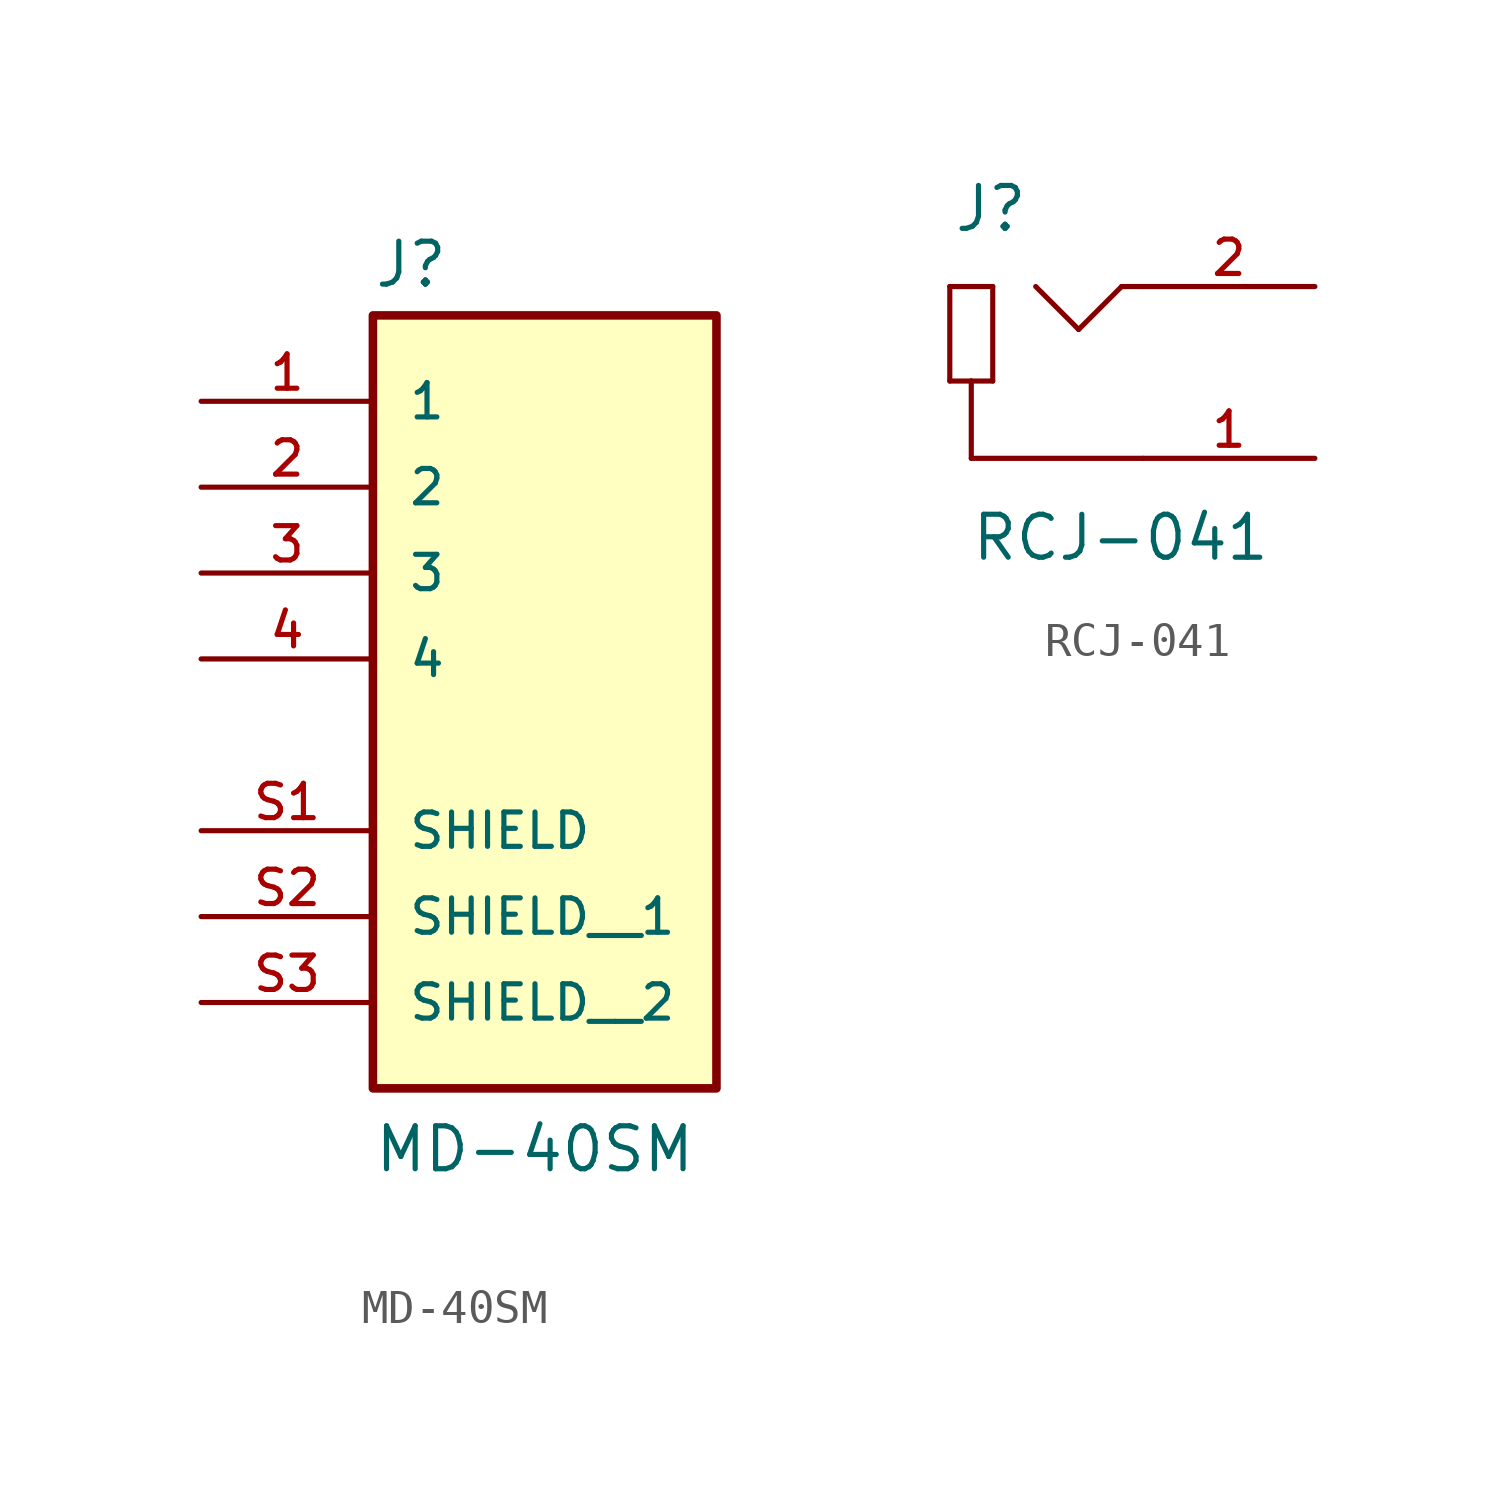
<source format=kicad_sym>
(kicad_symbol_lib
  (version 20241209)
  (generator "kicad_symbol_editor")
  (generator_version "9.0")
  (symbol "MD-40SM"
    (pin_names
      (offset 1.016))
    (property "Reference" "J"
      (at -5.08 8.382 0)
      (effects (font (size 1.27 1.27)) (justify left bottom)))
    (property "Value" "MD-40SM"
      (at -5.08 -17.78 0)
      (effects (font (size 1.27 1.27)) (justify left bottom)))
    (symbol "MD-40SM_0_0"
      (rectangle (start -5.08 -15.24) (end 5.08 7.62) (stroke (width 0.254) (type default)) (fill (type background)))
      (pin passive line (at -10.16 5.08 0) (length 5.08) (name "1" (effects (font (size 1.016 1.016)))) (number "1" (effects (font (size 1.016 1.016)))))
      (pin passive line (at -10.16 2.54 0) (length 5.08) (name "2" (effects (font (size 1.016 1.016)))) (number "2" (effects (font (size 1.016 1.016)))))
      (pin passive line (at -10.16 0 0) (length 5.08) (name "3" (effects (font (size 1.016 1.016)))) (number "3" (effects (font (size 1.016 1.016)))))
      (pin passive line (at -10.16 -2.54 0) (length 5.08) (name "4" (effects (font (size 1.016 1.016)))) (number "4" (effects (font (size 1.016 1.016)))))
      (pin passive line (at -10.16 -7.62 0) (length 5.08) (name "SHIELD" (effects (font (size 1.016 1.016)))) (number "S1" (effects (font (size 1.016 1.016)))))
      (pin passive line (at -10.16 -10.16 0) (length 5.08) (name "SHIELD__1" (effects (font (size 1.016 1.016)))) (number "S2" (effects (font (size 1.016 1.016)))))
      (pin passive line (at -10.16 -12.7 0) (length 5.08) (name "SHIELD__2" (effects (font (size 1.016 1.016)))) (number "S3" (effects (font (size 1.016 1.016)))))))
  (symbol "RCJ-041"
    (pin_names
      (offset 1.016))
    (property "Reference" "J"
      (at -5.632 4.096 0)
      (effects (font (size 1.27 1.27)) (justify left bottom)))
    (property "Value" "RCJ-041"
      (at -5.117 -5.627 0)
      (effects (font (size 1.27 1.27)) (justify left bottom)))
    (symbol "RCJ-041_0_0"
      (polyline (pts (xy -5.715 2.54) (xy -5.715 -0.254)) (stroke (width 0.152) (type default)) (fill (type none)))
      (polyline (pts (xy -5.715 -0.254) (xy -5.08 -0.254)) (stroke (width 0.152) (type default)) (fill (type none)))
      (polyline (pts (xy -5.08 -0.254) (xy -4.445 -0.254)) (stroke (width 0.152) (type default)) (fill (type none)))
      (polyline (pts (xy -5.08 -2.54) (xy -5.08 -0.254)) (stroke (width 0.152) (type default)) (fill (type none)))
      (polyline (pts (xy -4.445 2.54) (xy -5.715 2.54)) (stroke (width 0.152) (type default)) (fill (type none)))
      (polyline (pts (xy -4.445 -0.254) (xy -4.445 2.54)) (stroke (width 0.152) (type default)) (fill (type none)))
      (polyline (pts (xy -1.905 1.27) (xy -3.175 2.54)) (stroke (width 0.152) (type default)) (fill (type none)))
      (polyline (pts (xy -0.635 2.54) (xy -1.905 1.27)) (stroke (width 0.152) (type default)) (fill (type none)))
      (polyline (pts (xy 0 2.54) (xy -0.635 2.54)) (stroke (width 0.152) (type default)) (fill (type none)))
      (polyline (pts (xy 0 -2.54) (xy -5.08 -2.54)) (stroke (width 0.152) (type default)) (fill (type none)))
      (pin passive line (at 5.08 2.54 180) (length 5.08) (name "~" (effects (font (size 1.016 1.016)))) (number "2" (effects (font (size 1.016 1.016)))))
      (pin passive line (at 5.08 -2.54 180) (length 5.08) (name "~" (effects (font (size 1.016 1.016)))) (number "1" (effects (font (size 1.016 1.016))))))))
</source>
